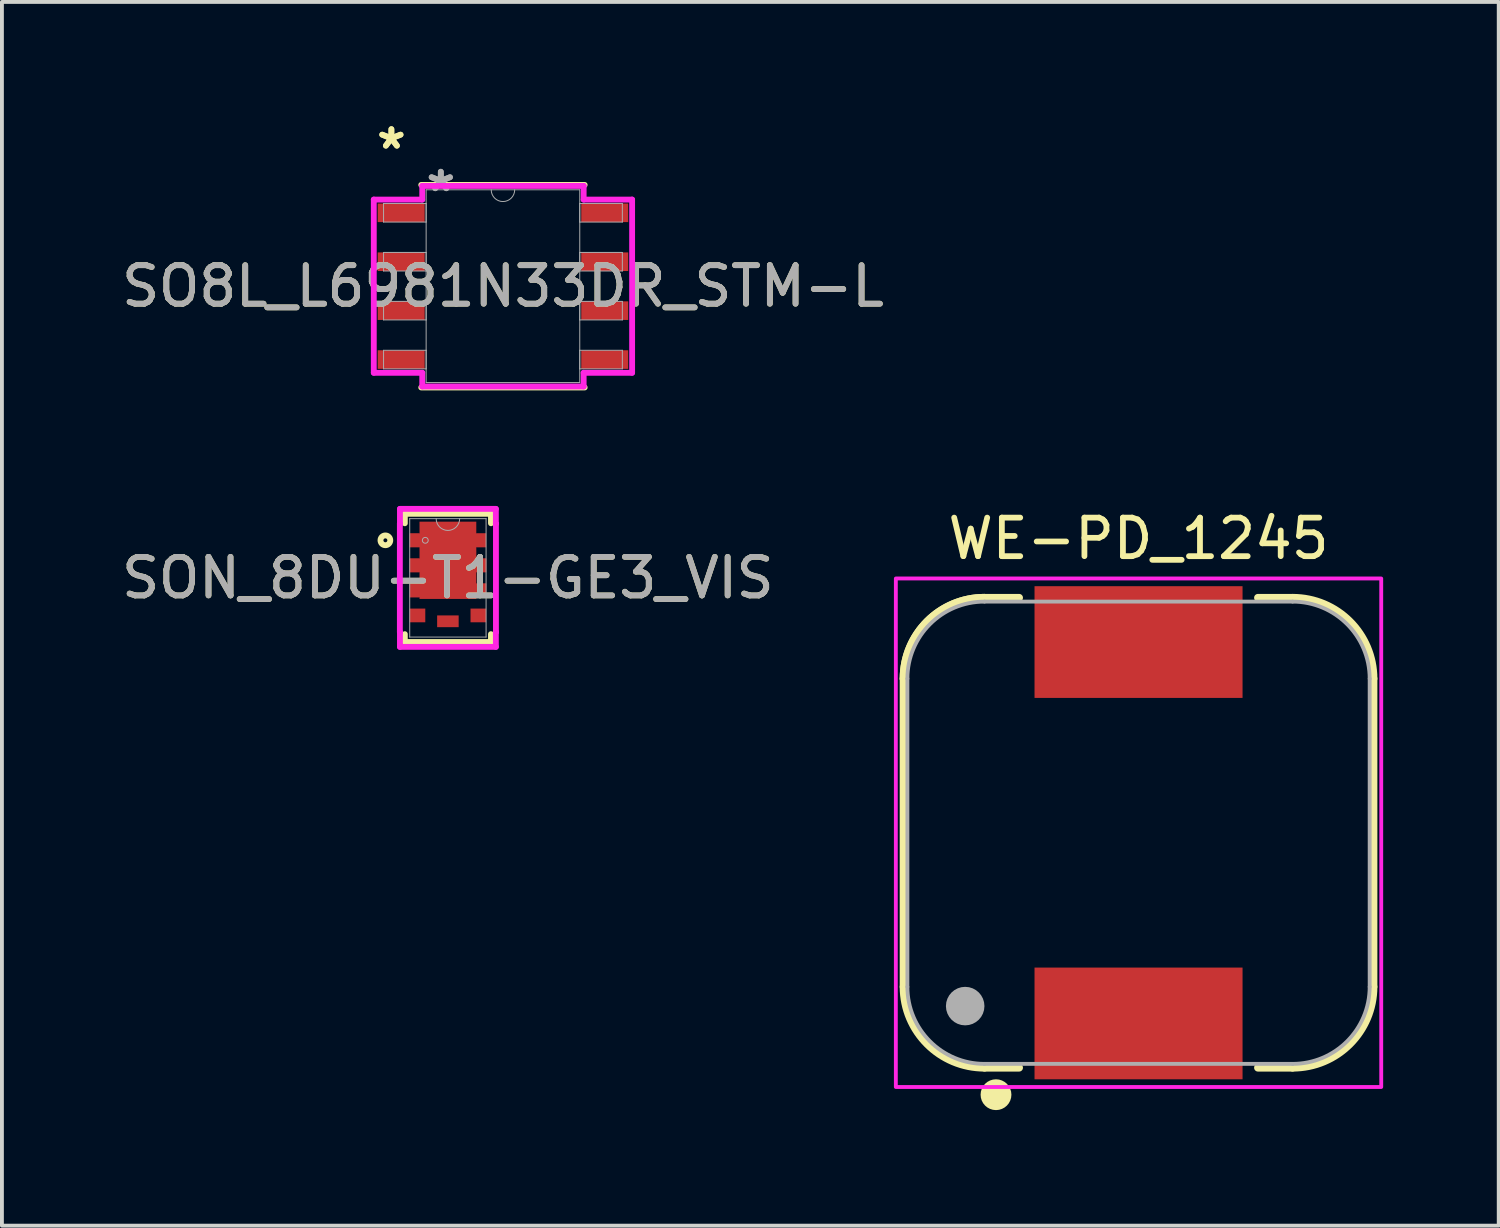
<source format=kicad_pcb>
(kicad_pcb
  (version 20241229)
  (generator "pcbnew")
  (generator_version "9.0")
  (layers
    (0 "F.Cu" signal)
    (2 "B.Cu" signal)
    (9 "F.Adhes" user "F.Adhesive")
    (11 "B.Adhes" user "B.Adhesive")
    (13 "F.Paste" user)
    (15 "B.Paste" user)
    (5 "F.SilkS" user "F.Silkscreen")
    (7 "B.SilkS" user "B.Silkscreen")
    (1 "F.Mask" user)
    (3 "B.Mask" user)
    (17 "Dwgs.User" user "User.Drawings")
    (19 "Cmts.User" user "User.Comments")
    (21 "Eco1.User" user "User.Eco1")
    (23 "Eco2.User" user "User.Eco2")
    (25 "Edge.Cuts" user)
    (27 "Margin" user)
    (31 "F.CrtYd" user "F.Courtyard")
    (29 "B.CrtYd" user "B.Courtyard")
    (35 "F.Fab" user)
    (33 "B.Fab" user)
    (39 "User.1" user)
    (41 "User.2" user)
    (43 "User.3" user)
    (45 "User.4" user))
  (footprint "SON_8DU-T1-GE3_VIS"
    (layer "F.Cu")
    (at 8.577 11.951)
    (property "Reference" "SON_8DU-T1-GE3_VIS" (at 0 0 0) (unlocked yes) (layer "F.SilkS") (effects (font (size 1 1) (thickness 0.15))))
    (attr smd)
    (fp_poly (pts (xy -0.737 -1.459) (xy 0.737 -1.459) (xy 0.737 -1.153) (xy 0.991 -1.153) (xy 0.991 -0.797) (xy 0.737 -0.797) (xy 0.739 -0.503) (xy 0.993 -0.503) (xy 0.993 -0.147) (xy 0.739 -0.147) (xy 0.739 0.147) (xy 0.993 0.147) (xy 0.993 0.503) (xy 0.739 0.503) (xy 0.737 0.547) (xy -0.737 0.547) (xy -0.737 0.503) (xy -0.991 0.503) (xy -0.991 0.147) (xy -0.737 0.147) (xy -0.737 -0.147) (xy -0.991 -0.147) (xy -0.991 -0.503) (xy -0.737 -0.503) (xy -0.737 -0.797) (xy -0.991 -0.797) (xy -0.991 -1.153) (xy -0.737 -1.153)) (stroke (width 0) (type solid)) (fill yes) (layer "F.Cu"))
    (fp_poly (pts (xy -0.737 -1.459) (xy 0.737 -1.459) (xy 0.737 -1.153) (xy 0.991 -1.153) (xy 0.991 -0.797) (xy 0.737 -0.797) (xy 0.739 -0.503) (xy 0.993 -0.503) (xy 0.993 -0.147) (xy 0.739 -0.147) (xy 0.739 0.147) (xy 0.993 0.147) (xy 0.993 0.503) (xy 0.739 0.503) (xy 0.737 0.547) (xy -0.737 0.547) (xy -0.737 0.503) (xy -0.991 0.503) (xy -0.991 0.147) (xy -0.737 0.147) (xy -0.737 -0.147) (xy -0.991 -0.147) (xy -0.991 -0.503) (xy -0.737 -0.503) (xy -0.737 -0.797) (xy -0.991 -0.797) (xy -0.991 -1.153) (xy -0.737 -1.153)) (stroke (width 0) (type solid)) (fill yes) (layer "F.Mask"))
    (fp_line (start -1.118 -1.664) (end -1.118 -1.418) (stroke (width 0.152) (type solid)) (layer "F.SilkS"))
    (fp_line (start -1.118 1.461) (end -1.118 1.664) (stroke (width 0.152) (type solid)) (layer "F.SilkS"))
    (fp_line (start -1.118 1.664) (end 1.118 1.664) (stroke (width 0.152) (type solid)) (layer "F.SilkS"))
    (fp_line (start 1.118 -1.664) (end -1.118 -1.664) (stroke (width 0.152) (type solid)) (layer "F.SilkS"))
    (fp_line (start 1.118 -1.418) (end 1.118 -1.664) (stroke (width 0.152) (type solid)) (layer "F.SilkS"))
    (fp_line (start 1.118 1.664) (end 1.118 1.461) (stroke (width 0.152) (type solid)) (layer "F.SilkS"))
    (fp_circle (center -1.623 -0.975) (end -1.496 -0.975) (stroke (width 0.152) (type solid)) (fill no) (layer "F.SilkS"))
    (fp_poly (pts (xy -0.737 0.547) (xy -0.737 0.503) (xy -0.991 0.503) (xy -0.991 0.147) (xy -0.737 0.147) (xy -0.737 -0.147) (xy -0.991 -0.147) (xy -0.991 -0.503) (xy -0.737 -0.503) (xy -0.737 -0.797) (xy -0.991 -0.797) (xy -0.991 -1.153) (xy -0.737 -1.153) (xy -0.737 -1.459) (xy 0.737 -1.459) (xy 0.737 -1.153) (xy 0.991 -1.153) (xy 0.991 -0.797) (xy 0.737 -0.797) (xy 0.739 -0.503) (xy 0.993 -0.503) (xy 0.993 -0.147) (xy 0.739 -0.147) (xy 0.739 0.147) (xy 0.993 0.147) (xy 0.993 0.503) (xy 0.739 0.503) (xy 0.737 0.547)) (stroke (width 0) (type solid)) (fill yes) (layer "F.Paste"))
    (fp_line (start -1.247 -1.407) (end -1.245 -1.407) (stroke (width 0.152) (type solid)) (layer "F.CrtYd"))
    (fp_line (start -1.247 1.407) (end -1.247 -1.407) (stroke (width 0.152) (type solid)) (layer "F.CrtYd"))
    (fp_line (start -1.247 1.407) (end -1.245 1.407) (stroke (width 0.152) (type solid)) (layer "F.CrtYd"))
    (fp_line (start -1.245 -1.791) (end 1.245 -1.791) (stroke (width 0.152) (type solid)) (layer "F.CrtYd"))
    (fp_line (start -1.245 -1.407) (end -1.245 -1.791) (stroke (width 0.152) (type solid)) (layer "F.CrtYd"))
    (fp_line (start -1.245 1.791) (end -1.245 1.407) (stroke (width 0.152) (type solid)) (layer "F.CrtYd"))
    (fp_line (start 1.245 -1.791) (end 1.245 -1.407) (stroke (width 0.152) (type solid)) (layer "F.CrtYd"))
    (fp_line (start 1.245 1.407) (end 1.245 1.791) (stroke (width 0.152) (type solid)) (layer "F.CrtYd"))
    (fp_line (start 1.245 1.791) (end -1.245 1.791) (stroke (width 0.152) (type solid)) (layer "F.CrtYd"))
    (fp_line (start 1.247 -1.407) (end 1.245 -1.407) (stroke (width 0.152) (type solid)) (layer "F.CrtYd"))
    (fp_line (start 1.247 -1.407) (end 1.247 1.407) (stroke (width 0.152) (type solid)) (layer "F.CrtYd"))
    (fp_line (start 1.247 1.407) (end 1.245 1.407) (stroke (width 0.152) (type solid)) (layer "F.CrtYd"))
    (fp_line (start -0.991 -1.537) (end -0.991 1.537) (stroke (width 0.025) (type solid)) (layer "F.Fab"))
    (fp_line (start -0.991 1.537) (end 0.991 1.537) (stroke (width 0.025) (type solid)) (layer "F.Fab"))
    (fp_line (start 0.991 -1.537) (end -0.991 -1.537) (stroke (width 0.025) (type solid)) (layer "F.Fab"))
    (fp_line (start 0.991 1.537) (end 0.991 -1.537) (stroke (width 0.025) (type solid)) (layer "F.Fab"))
    (fp_arc (start 0.3048 -1.5367) (mid 0 -1.2319) (end -0.3048 -1.5367) (stroke (width 0.0254) (type solid)) (layer "F.Fab"))
    (fp_circle (center -0.587 -0.975) (end -0.511 -0.975) (stroke (width 0.025) (type solid)) (fill no) (layer "F.Fab"))
    (fp_text user "${REFERENCE}" (at 0 0 0) (unlocked yes) (layer "F.Fab") (effects (font (size 1 1) (thickness 0.15))))
    (pad "1" smd rect (at -0.864 -0.975) (size 0.254 0.356) (layers "F.Cu" "F.Mask" "F.Paste"))
    (pad "2" smd rect (at -0.864 -0.325) (size 0.254 0.356) (layers "F.Cu" "F.Mask" "F.Paste"))
    (pad "3" smd rect (at -0.864 0.325) (size 0.254 0.356) (layers "F.Cu" "F.Mask" "F.Paste"))
    (pad "4" smd rect (at -0.79 0.975) (size 0.406 0.356) (layers "F.Cu" "F.Mask" "F.Paste"))
    (pad "5" smd rect (at 0.79 0.975) (size 0.406 0.356) (layers "F.Cu" "F.Mask" "F.Paste"))
    (pad "6" smd rect (at 0.866 0.325) (size 0.254 0.356) (layers "F.Cu" "F.Mask" "F.Paste"))
    (pad "7" smd rect (at 0.866 -0.325) (size 0.254 0.356) (layers "F.Cu" "F.Mask" "F.Paste"))
    (pad "8" smd rect (at 0.864 -0.975) (size 0.254 0.356) (layers "F.Cu" "F.Mask" "F.Paste"))
    (pad "9" smd rect (at 0 1.127) (size 0.559 0.305) (layers "F.Cu" "F.Mask")))
  (footprint "SO8L_L6981N33DR_STM-L"
    (layer "F.Cu")
    (at 10.006 4.379)
    (property "Reference" "SO8L_L6981N33DR_STM-L" (at 0 0 0) (unlocked yes) (layer "F.SilkS") (effects (font (size 1 1) (thickness 0.15))))
    (attr smd)
    (fp_line (start -2.121 2.629) (end 2.121 2.629) (stroke (width 0.152) (type solid)) (layer "F.SilkS"))
    (fp_line (start 2.121 -2.629) (end -2.121 -2.629) (stroke (width 0.152) (type solid)) (layer "F.SilkS"))
    (fp_line (start -3.353 -2.248) (end -2.095 -2.248) (stroke (width 0.152) (type solid)) (layer "F.CrtYd"))
    (fp_line (start -3.353 2.248) (end -3.353 -2.248) (stroke (width 0.152) (type solid)) (layer "F.CrtYd"))
    (fp_line (start -3.353 2.248) (end -2.095 2.248) (stroke (width 0.152) (type solid)) (layer "F.CrtYd"))
    (fp_line (start -2.095 -2.603) (end 2.095 -2.603) (stroke (width 0.152) (type solid)) (layer "F.CrtYd"))
    (fp_line (start -2.095 -2.248) (end -2.095 -2.603) (stroke (width 0.152) (type solid)) (layer "F.CrtYd"))
    (fp_line (start -2.095 2.603) (end -2.095 2.248) (stroke (width 0.152) (type solid)) (layer "F.CrtYd"))
    (fp_line (start 2.095 -2.603) (end 2.095 -2.248) (stroke (width 0.152) (type solid)) (layer "F.CrtYd"))
    (fp_line (start 2.095 2.248) (end 2.095 2.603) (stroke (width 0.152) (type solid)) (layer "F.CrtYd"))
    (fp_line (start 2.095 2.603) (end -2.095 2.603) (stroke (width 0.152) (type solid)) (layer "F.CrtYd"))
    (fp_line (start 3.353 -2.248) (end 2.095 -2.248) (stroke (width 0.152) (type solid)) (layer "F.CrtYd"))
    (fp_line (start 3.353 -2.248) (end 3.353 2.248) (stroke (width 0.152) (type solid)) (layer "F.CrtYd"))
    (fp_line (start 3.353 2.248) (end 2.095 2.248) (stroke (width 0.152) (type solid)) (layer "F.CrtYd"))
    (fp_line (start -3.099 -2.146) (end -3.099 -1.664) (stroke (width 0.025) (type solid)) (layer "F.Fab"))
    (fp_line (start -3.099 -1.664) (end -1.994 -1.664) (stroke (width 0.025) (type solid)) (layer "F.Fab"))
    (fp_line (start -3.099 -0.876) (end -3.099 -0.394) (stroke (width 0.025) (type solid)) (layer "F.Fab"))
    (fp_line (start -3.099 -0.394) (end -1.994 -0.394) (stroke (width 0.025) (type solid)) (layer "F.Fab"))
    (fp_line (start -3.099 0.394) (end -3.099 0.876) (stroke (width 0.025) (type solid)) (layer "F.Fab"))
    (fp_line (start -3.099 0.876) (end -1.994 0.876) (stroke (width 0.025) (type solid)) (layer "F.Fab"))
    (fp_line (start -3.099 1.664) (end -3.099 2.146) (stroke (width 0.025) (type solid)) (layer "F.Fab"))
    (fp_line (start -3.099 2.146) (end -1.994 2.146) (stroke (width 0.025) (type solid)) (layer "F.Fab"))
    (fp_line (start -1.994 -2.502) (end -1.994 2.502) (stroke (width 0.025) (type solid)) (layer "F.Fab"))
    (fp_line (start -1.994 -2.146) (end -3.099 -2.146) (stroke (width 0.025) (type solid)) (layer "F.Fab"))
    (fp_line (start -1.994 -1.664) (end -1.994 -2.146) (stroke (width 0.025) (type solid)) (layer "F.Fab"))
    (fp_line (start -1.994 -0.876) (end -3.099 -0.876) (stroke (width 0.025) (type solid)) (layer "F.Fab"))
    (fp_line (start -1.994 -0.394) (end -1.994 -0.876) (stroke (width 0.025) (type solid)) (layer "F.Fab"))
    (fp_line (start -1.994 0.394) (end -3.099 0.394) (stroke (width 0.025) (type solid)) (layer "F.Fab"))
    (fp_line (start -1.994 0.876) (end -1.994 0.394) (stroke (width 0.025) (type solid)) (layer "F.Fab"))
    (fp_line (start -1.994 1.664) (end -3.099 1.664) (stroke (width 0.025) (type solid)) (layer "F.Fab"))
    (fp_line (start -1.994 2.146) (end -1.994 1.664) (stroke (width 0.025) (type solid)) (layer "F.Fab"))
    (fp_line (start -1.994 2.502) (end 1.994 2.502) (stroke (width 0.025) (type solid)) (layer "F.Fab"))
    (fp_line (start 1.994 -2.502) (end -1.994 -2.502) (stroke (width 0.025) (type solid)) (layer "F.Fab"))
    (fp_line (start 1.994 -2.146) (end 1.994 -1.664) (stroke (width 0.025) (type solid)) (layer "F.Fab"))
    (fp_line (start 1.994 -1.664) (end 3.099 -1.664) (stroke (width 0.025) (type solid)) (layer "F.Fab"))
    (fp_line (start 1.994 -0.876) (end 1.994 -0.394) (stroke (width 0.025) (type solid)) (layer "F.Fab"))
    (fp_line (start 1.994 -0.394) (end 3.099 -0.394) (stroke (width 0.025) (type solid)) (layer "F.Fab"))
    (fp_line (start 1.994 0.394) (end 1.994 0.876) (stroke (width 0.025) (type solid)) (layer "F.Fab"))
    (fp_line (start 1.994 0.876) (end 3.099 0.876) (stroke (width 0.025) (type solid)) (layer "F.Fab"))
    (fp_line (start 1.994 1.664) (end 1.994 2.146) (stroke (width 0.025) (type solid)) (layer "F.Fab"))
    (fp_line (start 1.994 2.146) (end 3.099 2.146) (stroke (width 0.025) (type solid)) (layer "F.Fab"))
    (fp_line (start 1.994 2.502) (end 1.994 -2.502) (stroke (width 0.025) (type solid)) (layer "F.Fab"))
    (fp_line (start 3.099 -2.146) (end 1.994 -2.146) (stroke (width 0.025) (type solid)) (layer "F.Fab"))
    (fp_line (start 3.099 -1.664) (end 3.099 -2.146) (stroke (width 0.025) (type solid)) (layer "F.Fab"))
    (fp_line (start 3.099 -0.876) (end 1.994 -0.876) (stroke (width 0.025) (type solid)) (layer "F.Fab"))
    (fp_line (start 3.099 -0.394) (end 3.099 -0.876) (stroke (width 0.025) (type solid)) (layer "F.Fab"))
    (fp_line (start 3.099 0.394) (end 1.994 0.394) (stroke (width 0.025) (type solid)) (layer "F.Fab"))
    (fp_line (start 3.099 0.876) (end 3.099 0.394) (stroke (width 0.025) (type solid)) (layer "F.Fab"))
    (fp_line (start 3.099 1.664) (end 1.994 1.664) (stroke (width 0.025) (type solid)) (layer "F.Fab"))
    (fp_line (start 3.099 2.146) (end 3.099 1.664) (stroke (width 0.025) (type solid)) (layer "F.Fab"))
    (fp_arc (start 0.3048 -2.5019) (mid 0 -2.1971) (end -0.3048 -2.5019) (stroke (width 0.0254) (type solid)) (layer "F.Fab"))
    (fp_text user "*" (at -2.896 -3.531 0) (unlocked yes) (layer "F.SilkS") (effects (font (size 1 1) (thickness 0.15))))
    (fp_text user "*" (at -2.896 -3.531 0) (layer "F.SilkS") (effects (font (size 1 1) (thickness 0.15))))
    (fp_text user "*" (at -1.613 -2.426 0) (unlocked yes) (layer "F.Fab") (effects (font (size 1 1) (thickness 0.15))))
    (fp_text user "*" (at -1.613 -2.426 0) (layer "F.Fab") (effects (font (size 1 1) (thickness 0.15))))
    (fp_text user "${REFERENCE}" (at 0 0 0) (unlocked yes) (layer "F.Fab") (effects (font (size 1 1) (thickness 0.15))))
    (pad "1" smd rect (at -2.642 -1.905) (size 1.219 0.483) (layers "F.Cu" "F.Mask" "F.Paste"))
    (pad "2" smd rect (at -2.642 -0.635) (size 1.219 0.483) (layers "F.Cu" "F.Mask" "F.Paste"))
    (pad "3" smd rect (at -2.642 0.635) (size 1.219 0.483) (layers "F.Cu" "F.Mask" "F.Paste"))
    (pad "4" smd rect (at -2.642 1.905) (size 1.219 0.483) (layers "F.Cu" "F.Mask" "F.Paste"))
    (pad "5" smd rect (at 2.642 1.905) (size 1.219 0.483) (layers "F.Cu" "F.Mask" "F.Paste"))
    (pad "6" smd rect (at 2.642 0.635) (size 1.219 0.483) (layers "F.Cu" "F.Mask" "F.Paste"))
    (pad "7" smd rect (at 2.642 -0.635) (size 1.219 0.483) (layers "F.Cu" "F.Mask" "F.Paste"))
    (pad "8" smd rect (at 2.642 -1.905) (size 1.219 0.483) (layers "F.Cu" "F.Mask" "F.Paste")))
  (footprint "WE-PD_1245"
    (layer "F.Cu")
    (at 26.505 18.567)
    (property "Reference" "WE-PD_1245" (at 0 -7.635 0) (layer "F.SilkS") (effects (font (size 1 1) (thickness 0.15))))
    (attr smd)
    (fp_line (start -6.1 4) (end -6.1 -4) (stroke (width 0.2) (type solid)) (layer "F.SilkS"))
    (fp_line (start -4 -6.1) (end -3.1 -6.1) (stroke (width 0.2) (type solid)) (layer "F.SilkS"))
    (fp_line (start -3.1 6.1) (end -4 6.1) (stroke (width 0.2) (type solid)) (layer "F.SilkS"))
    (fp_line (start 3.1 6.1) (end 4 6.1) (stroke (width 0.2) (type solid)) (layer "F.SilkS"))
    (fp_line (start 4 -6.1) (end 3.1 -6.1) (stroke (width 0.2) (type solid)) (layer "F.SilkS"))
    (fp_line (start 6.1 4) (end 6.1 -4) (stroke (width 0.2) (type solid)) (layer "F.SilkS"))
    (fp_arc (start -6.1 -4) (mid -5.484924 -5.484924) (end -4 -6.1) (stroke (width 0.2) (type solid)) (layer "F.SilkS"))
    (fp_arc (start -6.1 -4) (mid -5.484924 -5.484924) (end -4 -6.1) (stroke (width 0.2) (type solid)) (layer "F.SilkS"))
    (fp_arc (start -4 6.1) (mid -5.484924 5.484924) (end -6.1 4) (stroke (width 0.2) (type solid)) (layer "F.SilkS"))
    (fp_arc (start 4 -6.1) (mid 5.484924 -5.484924) (end 6.1 -4) (stroke (width 0.2) (type solid)) (layer "F.SilkS"))
    (fp_arc (start 6.1 4) (mid 5.484924 5.484924) (end 4 6.1) (stroke (width 0.2) (type solid)) (layer "F.SilkS"))
    (fp_circle (center -3.7 6.8) (end -3.5 6.8) (stroke (width 0.4) (type solid)) (fill no) (layer "F.SilkS"))
    (fp_poly (pts (xy -6.3 6.6) (xy -6.3 -6.6) (xy 6.3 -6.6) (xy 6.3 6.6)) (stroke (width 0.1) (type solid)) (fill no) (layer "F.CrtYd"))
    (fp_line (start -6 4) (end -6 -4) (stroke (width 0.1) (type solid)) (layer "F.Fab"))
    (fp_line (start -4 6) (end 4 6) (stroke (width 0.1) (type solid)) (layer "F.Fab"))
    (fp_line (start 4 -6) (end -4 -6) (stroke (width 0.1) (type solid)) (layer "F.Fab"))
    (fp_line (start 6 4) (end 6 -4) (stroke (width 0.1) (type solid)) (layer "F.Fab"))
    (fp_arc (start -6 -4) (mid -5.414214 -5.414214) (end -4 -6) (stroke (width 0.1) (type solid)) (layer "F.Fab"))
    (fp_arc (start -4 6) (mid -5.414214 5.414214) (end -6 4) (stroke (width 0.1) (type solid)) (layer "F.Fab"))
    (fp_arc (start 4 -6) (mid 5.414214 -5.414214) (end 6 -4) (stroke (width 0.1) (type solid)) (layer "F.Fab"))
    (fp_arc (start 6 4) (mid 5.414214 5.414214) (end 4 6) (stroke (width 0.1) (type solid)) (layer "F.Fab"))
    (fp_circle (center -4.5 4.5) (end -4.25 4.5) (stroke (width 0.5) (type solid)) (fill no) (layer "F.Fab"))
    (pad "1" smd rect (at 0 4.95) (size 5.4 2.9) (layers "F.Cu" "F.Mask" "F.Paste"))
    (pad "2" smd rect (at 0 -4.95) (size 5.4 2.9) (layers "F.Cu" "F.Mask" "F.Paste"))
    (zone (net_name "") (layer "F.Cu") (hatch full 0.508) (connect_pads) (min_thickness 0.1) (filled_areas_thickness no) (keepout (tracks not_allowed) (vias not_allowed) (pads not_allowed) (copperpour not_allowed) (footprints allowed)) (placement (enabled no)) (fill) (polygon (pts (xy 20.505 14.567) (xy 20.505 22.567) (xy 20.508 22.672) (xy 20.516 22.776) (xy 20.53 22.88) (xy 20.549 22.983) (xy 20.573 23.085) (xy 20.603 23.185) (xy 20.638 23.284) (xy 20.678 23.38) (xy 20.723 23.475) (xy 20.773 23.567) (xy 20.828 23.656) (xy 20.887 23.743) (xy 20.951 23.826) (xy 21.019 23.905) (xy 21.091 23.981) (xy 21.167 24.053) (xy 21.246 24.121) (xy 21.329 24.185) (xy 21.416 24.244) (xy 21.505 24.299) (xy 21.597 24.349) (xy 21.692 24.394) (xy 21.788 24.434) (xy 21.887 24.469) (xy 21.987 24.499) (xy 22.089 24.523) (xy 22.192 24.542) (xy 22.296 24.556) (xy 22.4 24.564) (xy 22.505 24.567) (xy 23.605 24.567) (xy 23.605 21.867) (xy 29.405 21.867) (xy 29.405 24.567) (xy 30.505 24.567) (xy 30.61 24.564) (xy 30.714 24.556) (xy 30.818 24.542) (xy 30.921 24.523) (xy 31.023 24.499) (xy 31.123 24.469) (xy 31.222 24.434) (xy 31.318 24.394) (xy 31.413 24.349) (xy 31.505 24.299) (xy 31.594 24.244) (xy 31.681 24.185) (xy 31.764 24.121) (xy 31.843 24.053) (xy 31.919 23.981) (xy 31.991 23.905) (xy 32.059 23.826) (xy 32.123 23.743) (xy 32.182 23.656) (xy 32.237 23.567) (xy 32.287 23.475) (xy 32.332 23.38) (xy 32.372 23.284) (xy 32.407 23.185) (xy 32.437 23.085) (xy 32.461 22.983) (xy 32.48 22.88) (xy 32.494 22.776) (xy 32.502 22.672) (xy 32.505 22.567) (xy 32.505 14.567) (xy 32.502 14.462) (xy 32.494 14.358) (xy 32.48 14.254) (xy 32.461 14.151) (xy 32.437 14.049) (xy 32.407 13.949) (xy 32.372 13.85) (xy 32.332 13.754) (xy 32.287 13.659) (xy 32.237 13.567) (xy 32.182 13.478) (xy 32.123 13.391) (xy 32.059 13.308) (xy 31.991 13.229) (xy 31.919 13.153) (xy 31.843 13.081) (xy 31.764 13.013) (xy 31.681 12.949) (xy 31.594 12.89) (xy 31.505 12.835) (xy 31.413 12.785) (xy 31.318 12.74) (xy 31.222 12.7) (xy 31.123 12.665) (xy 31.023 12.635) (xy 30.921 12.611) (xy 30.818 12.592) (xy 30.714 12.578) (xy 30.61 12.57) (xy 30.505 12.567) (xy 29.405 12.567) (xy 29.405 15.267) (xy 23.605 15.267) (xy 23.605 12.567) (xy 22.505 12.567) (xy 22.4 12.57) (xy 22.296 12.578) (xy 22.192 12.592) (xy 22.089 12.611) (xy 21.987 12.635) (xy 21.887 12.665) (xy 21.788 12.7) (xy 21.692 12.74) (xy 21.597 12.785) (xy 21.505 12.835) (xy 21.416 12.89) (xy 21.329 12.949) (xy 21.246 13.013) (xy 21.167 13.081) (xy 21.091 13.153) (xy 21.019 13.229) (xy 20.951 13.308) (xy 20.887 13.391) (xy 20.828 13.478) (xy 20.773 13.567) (xy 20.723 13.659) (xy 20.678 13.754) (xy 20.638 13.85) (xy 20.603 13.949) (xy 20.573 14.049) (xy 20.549 14.151) (xy 20.53 14.254) (xy 20.516 14.358) (xy 20.508 14.462))))
    (zone (net_name "") (layers "F.Cu" "B.Cu") (hatch full 0.508) (connect_pads) (min_thickness 0.1) (filled_areas_thickness no) (keepout (tracks allowed) (vias not_allowed) (pads allowed) (copperpour allowed) (footprints allowed)) (placement (enabled no)) (fill) (polygon (pts (xy 20.505 14.567) (xy 20.505 22.567) (xy 20.508 22.672) (xy 20.516 22.776) (xy 20.53 22.88) (xy 20.549 22.983) (xy 20.573 23.085) (xy 20.603 23.185) (xy 20.638 23.284) (xy 20.678 23.38) (xy 20.723 23.475) (xy 20.773 23.567) (xy 20.828 23.656) (xy 20.887 23.743) (xy 20.951 23.826) (xy 21.019 23.905) (xy 21.091 23.981) (xy 21.167 24.053) (xy 21.246 24.121) (xy 21.329 24.185) (xy 21.416 24.244) (xy 21.505 24.299) (xy 21.597 24.349) (xy 21.692 24.394) (xy 21.788 24.434) (xy 21.887 24.469) (xy 21.987 24.499) (xy 22.089 24.523) (xy 22.192 24.542) (xy 22.296 24.556) (xy 22.4 24.564) (xy 22.505 24.567) (xy 23.605 24.567) (xy 23.605 21.867) (xy 29.405 21.867) (xy 29.405 24.567) (xy 30.505 24.567) (xy 30.61 24.564) (xy 30.714 24.556) (xy 30.818 24.542) (xy 30.921 24.523) (xy 31.023 24.499) (xy 31.123 24.469) (xy 31.222 24.434) (xy 31.318 24.394) (xy 31.413 24.349) (xy 31.505 24.299) (xy 31.594 24.244) (xy 31.681 24.185) (xy 31.764 24.121) (xy 31.843 24.053) (xy 31.919 23.981) (xy 31.991 23.905) (xy 32.059 23.826) (xy 32.123 23.743) (xy 32.182 23.656) (xy 32.237 23.567) (xy 32.287 23.475) (xy 32.332 23.38) (xy 32.372 23.284) (xy 32.407 23.185) (xy 32.437 23.085) (xy 32.461 22.983) (xy 32.48 22.88) (xy 32.494 22.776) (xy 32.502 22.672) (xy 32.505 22.567) (xy 32.505 14.567) (xy 32.502 14.462) (xy 32.494 14.358) (xy 32.48 14.254) (xy 32.461 14.151) (xy 32.437 14.049) (xy 32.407 13.949) (xy 32.372 13.85) (xy 32.332 13.754) (xy 32.287 13.659) (xy 32.237 13.567) (xy 32.182 13.478) (xy 32.123 13.391) (xy 32.059 13.308) (xy 31.991 13.229) (xy 31.919 13.153) (xy 31.843 13.081) (xy 31.764 13.013) (xy 31.681 12.949) (xy 31.594 12.89) (xy 31.505 12.835) (xy 31.413 12.785) (xy 31.318 12.74) (xy 31.222 12.7) (xy 31.123 12.665) (xy 31.023 12.635) (xy 30.921 12.611) (xy 30.818 12.592) (xy 30.714 12.578) (xy 30.61 12.57) (xy 30.505 12.567) (xy 29.405 12.567) (xy 29.405 15.267) (xy 23.605 15.267) (xy 23.605 12.567) (xy 22.505 12.567) (xy 22.4 12.57) (xy 22.296 12.578) (xy 22.192 12.592) (xy 22.089 12.611) (xy 21.987 12.635) (xy 21.887 12.665) (xy 21.788 12.7) (xy 21.692 12.74) (xy 21.597 12.785) (xy 21.505 12.835) (xy 21.416 12.89) (xy 21.329 12.949) (xy 21.246 13.013) (xy 21.167 13.081) (xy 21.091 13.153) (xy 21.019 13.229) (xy 20.951 13.308) (xy 20.887 13.391) (xy 20.828 13.478) (xy 20.773 13.567) (xy 20.723 13.659) (xy 20.678 13.754) (xy 20.638 13.85) (xy 20.603 13.949) (xy 20.573 14.049) (xy 20.549 14.151) (xy 20.53 14.254) (xy 20.516 14.358) (xy 20.508 14.462)))))
  (gr_rect
    (start -3 -3)
    (end 35.855 28.767)
    (stroke (width 0.1) (type default))
    (fill no)
    (layer "Edge.Cuts")))
</source>
